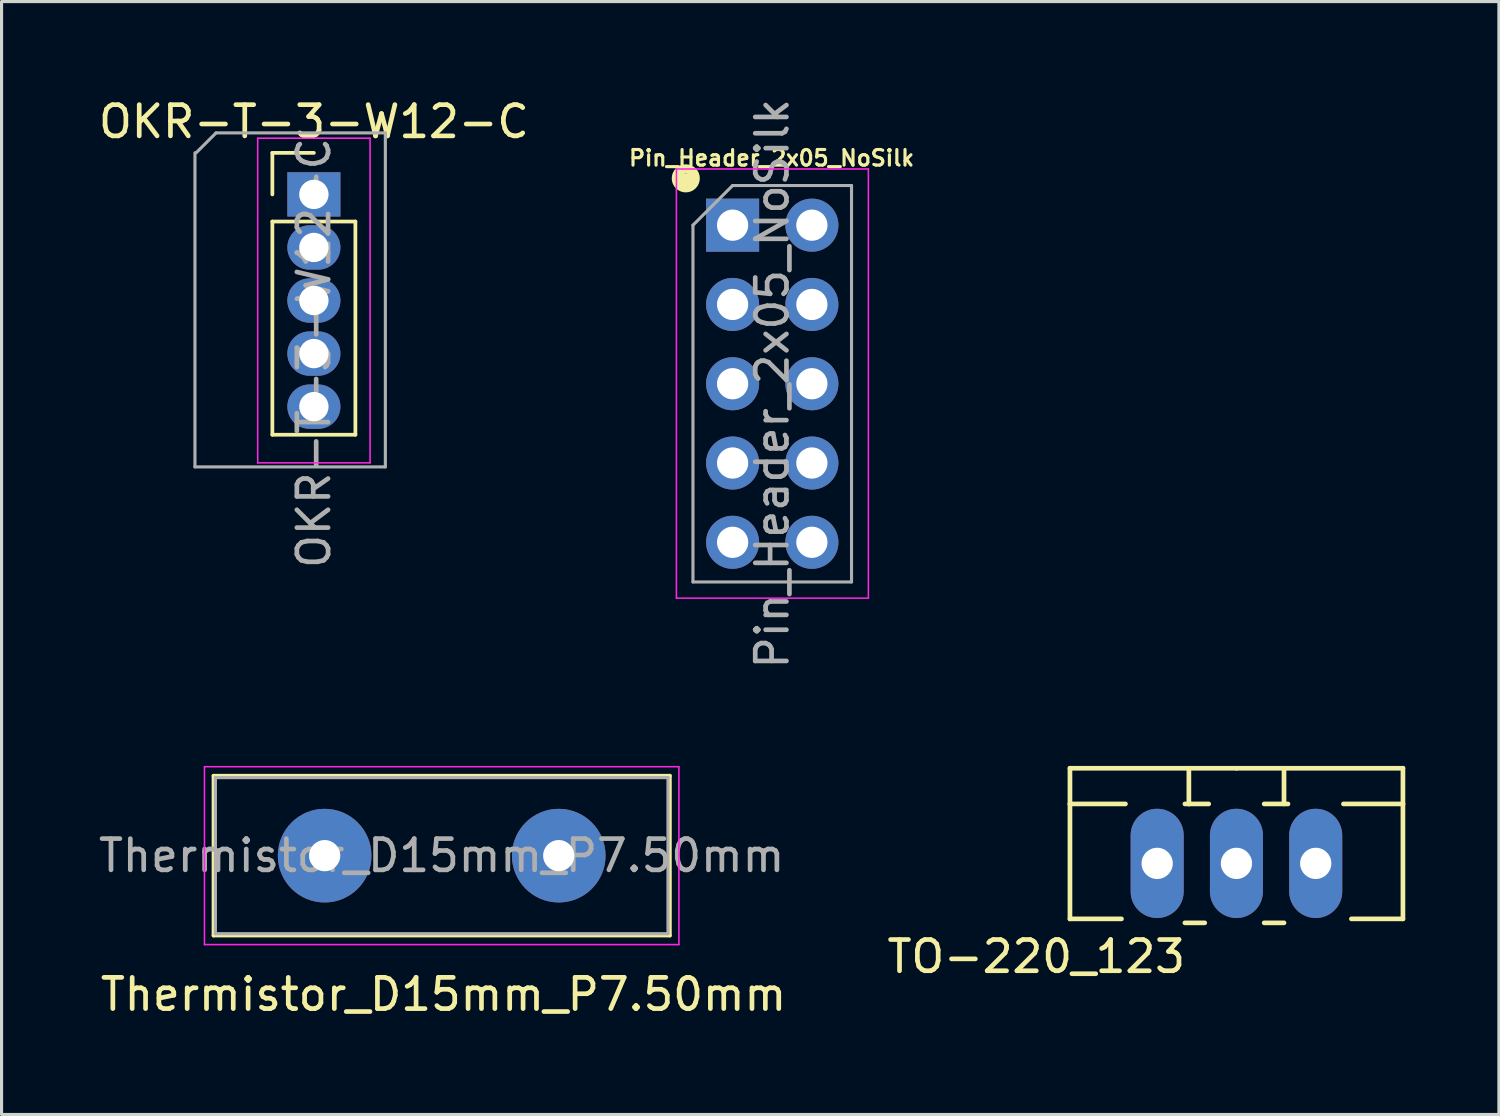
<source format=kicad_pcb>
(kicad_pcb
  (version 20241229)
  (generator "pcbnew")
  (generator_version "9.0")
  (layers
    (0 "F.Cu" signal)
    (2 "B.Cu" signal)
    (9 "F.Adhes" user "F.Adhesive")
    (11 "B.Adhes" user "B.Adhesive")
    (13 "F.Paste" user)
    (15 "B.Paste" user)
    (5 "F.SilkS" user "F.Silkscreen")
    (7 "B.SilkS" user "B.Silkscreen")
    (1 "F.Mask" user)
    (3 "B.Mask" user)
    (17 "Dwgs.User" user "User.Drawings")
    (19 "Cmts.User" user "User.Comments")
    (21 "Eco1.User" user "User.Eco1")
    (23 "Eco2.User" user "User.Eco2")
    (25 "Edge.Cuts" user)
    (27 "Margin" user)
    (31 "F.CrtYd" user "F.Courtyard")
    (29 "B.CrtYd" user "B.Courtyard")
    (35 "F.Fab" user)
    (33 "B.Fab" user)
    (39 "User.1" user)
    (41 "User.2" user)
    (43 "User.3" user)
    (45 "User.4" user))
  (footprint "OKR-T-3-W12-C"
    (layer "F.Cu")
    (at 7.006 3.178)
    (property "Reference" "OKR-T-3-W12-C" (at 0 -2.33 180) (layer "F.SilkS") (effects (font (size 1 1) (thickness 0.15))))
    (attr through_hole)
    (fp_line (start -1.33 -1.33) (end 0 -1.33) (stroke (width 0.12) (type solid)) (layer "F.SilkS"))
    (fp_line (start -1.33 0) (end -1.33 -1.33) (stroke (width 0.12) (type solid)) (layer "F.SilkS"))
    (fp_line (start -1.33 0.87) (end -1.33 7.7) (stroke (width 0.12) (type solid)) (layer "F.SilkS"))
    (fp_line (start -1.33 0.87) (end 1.33 0.87) (stroke (width 0.12) (type solid)) (layer "F.SilkS"))
    (fp_line (start -1.33 7.7) (end 1.33 7.7) (stroke (width 0.12) (type solid)) (layer "F.SilkS"))
    (fp_line (start 1.33 0.87) (end 1.33 7.7) (stroke (width 0.12) (type solid)) (layer "F.SilkS"))
    (fp_line (start -1.8 -1.8) (end -1.8 8.6) (stroke (width 0.05) (type solid)) (layer "F.CrtYd"))
    (fp_line (start -1.8 8.6) (end 1.8 8.6) (stroke (width 0.05) (type solid)) (layer "F.CrtYd"))
    (fp_line (start 1.8 -1.8) (end -1.8 -1.8) (stroke (width 0.05) (type solid)) (layer "F.CrtYd"))
    (fp_line (start 1.8 8.6) (end 1.8 -1.8) (stroke (width 0.05) (type solid)) (layer "F.CrtYd"))
    (fp_line (start -3.81 8.73) (end -3.81 -1.335) (stroke (width 0.1) (type solid)) (layer "F.Fab"))
    (fp_line (start -3.77 -1.335) (end -3.135 -1.97) (stroke (width 0.1) (type solid)) (layer "F.Fab"))
    (fp_line (start -3.135 -1.97) (end 2.29 -1.97) (stroke (width 0.1) (type solid)) (layer "F.Fab"))
    (fp_line (start 2.29 -1.97) (end 2.29 8.73) (stroke (width 0.1) (type solid)) (layer "F.Fab"))
    (fp_line (start 2.29 8.73) (end -3.81 8.73) (stroke (width 0.1) (type solid)) (layer "F.Fab"))
    (fp_text user "${REFERENCE}" (at 0 5.08 90) (layer "F.Fab") (effects (font (size 1 1) (thickness 0.15))))
    (pad "1" thru_hole rect (at 0 0) (size 1.7 1.42) (drill 0.94) (layers "*.Cu" "*.Mask"))
    (pad "2" thru_hole oval (at 0 1.7) (size 1.7 1.42) (drill 0.94) (layers "*.Cu" "*.Mask"))
    (pad "3" thru_hole oval (at 0 3.4) (size 1.7 1.42) (drill 0.94) (layers "*.Cu" "*.Mask"))
    (pad "4" thru_hole oval (at 0 5.1) (size 1.7 1.42) (drill 0.94) (layers "*.Cu" "*.Mask"))
    (pad "5" thru_hole oval (at 0 6.8) (size 1.7 1.42) (drill 0.94) (layers "*.Cu" "*.Mask")))
  (footprint "TO-220_123"
    (layer "F.Cu")
    (at 36.563 24.611)
    (property "Reference" "TO-220_123" (at -6.413 2.985 0) (layer "F.SilkS") (effects (font (size 1 1) (thickness 0.15))))
    (attr through_hole)
    (fp_line (start -5.334 -1.905) (end -5.334 -3.048) (stroke (width 0.15) (type solid)) (layer "F.SilkS"))
    (fp_line (start -5.334 -1.905) (end -3.556 -1.905) (stroke (width 0.15) (type solid)) (layer "F.SilkS"))
    (fp_line (start -5.334 1.778) (end -5.334 -1.905) (stroke (width 0.15) (type solid)) (layer "F.SilkS"))
    (fp_line (start -5.334 1.778) (end -3.683 1.778) (stroke (width 0.15) (type solid)) (layer "F.SilkS"))
    (fp_line (start -1.524 -3.048) (end -1.524 -1.905) (stroke (width 0.15) (type solid)) (layer "F.SilkS"))
    (fp_line (start -1.524 -1.905) (end -1.651 -1.905) (stroke (width 0.15) (type solid)) (layer "F.SilkS"))
    (fp_line (start -1.524 -1.905) (end -0.889 -1.905) (stroke (width 0.15) (type solid)) (layer "F.SilkS"))
    (fp_line (start -1.016 1.905) (end -1.651 1.905) (stroke (width 0.15) (type solid)) (layer "F.SilkS"))
    (fp_line (start 0 -3.048) (end -5.334 -3.048) (stroke (width 0.15) (type solid)) (layer "F.SilkS"))
    (fp_line (start 0 -3.048) (end 5.334 -3.048) (stroke (width 0.15) (type solid)) (layer "F.SilkS"))
    (fp_line (start 0.889 -1.905) (end 1.651 -1.905) (stroke (width 0.15) (type solid)) (layer "F.SilkS"))
    (fp_line (start 1.524 -3.048) (end 1.524 -1.905) (stroke (width 0.15) (type solid)) (layer "F.SilkS"))
    (fp_line (start 1.524 1.905) (end 0.889 1.905) (stroke (width 0.15) (type solid)) (layer "F.SilkS"))
    (fp_line (start 5.334 -3.048) (end 5.334 -1.905) (stroke (width 0.15) (type solid)) (layer "F.SilkS"))
    (fp_line (start 5.334 -1.905) (end 3.429 -1.905) (stroke (width 0.15) (type solid)) (layer "F.SilkS"))
    (fp_line (start 5.334 -1.905) (end 5.334 1.778) (stroke (width 0.15) (type solid)) (layer "F.SilkS"))
    (fp_line (start 5.334 1.778) (end 3.683 1.778) (stroke (width 0.15) (type solid)) (layer "F.SilkS"))
    (pad "1" thru_hole oval (at -2.54 0 90) (size 3.5 1.699) (drill 1.001) (layers "*.Cu" "*.Mask"))
    (pad "2" thru_hole oval (at 0 0 90) (size 3.5 1.699) (drill 1.001) (layers "*.Cu" "*.Mask"))
    (pad "3" thru_hole oval (at 2.54 0 90) (size 3.5 1.699) (drill 1.001) (layers "*.Cu" "*.Mask")))
  (footprint "Pin_Header_2x05_NoSilk"
    (layer "F.Cu")
    (at 20.421 4.164)
    (property "Reference" "Pin_Header_2x05_NoSilk" (at 1.25 -2.15 0) (layer "F.SilkS") (effects (font (size 0.5 0.5) (thickness 0.1))))
    (attr through_hole)
    (fp_line (start -1.7 -1.5) (end -1.3 -1.5) (stroke (width 0.3) (type solid)) (layer "F.SilkS"))
    (fp_circle (center -1.5 -1.5) (end -1.2 -1.5) (stroke (width 0.3) (type solid)) (fill no) (layer "F.SilkS"))
    (fp_line (start -1.8 -1.8) (end -1.8 11.95) (stroke (width 0.05) (type solid)) (layer "F.CrtYd"))
    (fp_line (start -1.8 11.95) (end 4.35 11.95) (stroke (width 0.05) (type solid)) (layer "F.CrtYd"))
    (fp_line (start 4.35 -1.8) (end -1.8 -1.8) (stroke (width 0.05) (type solid)) (layer "F.CrtYd"))
    (fp_line (start 4.35 11.95) (end 4.35 -1.8) (stroke (width 0.05) (type solid)) (layer "F.CrtYd"))
    (fp_line (start -1.27 0) (end 0 -1.27) (stroke (width 0.1) (type solid)) (layer "F.Fab"))
    (fp_line (start -1.27 11.43) (end -1.27 0) (stroke (width 0.1) (type solid)) (layer "F.Fab"))
    (fp_line (start 0 -1.27) (end 3.81 -1.27) (stroke (width 0.1) (type solid)) (layer "F.Fab"))
    (fp_line (start 3.81 -1.27) (end 3.81 11.43) (stroke (width 0.1) (type solid)) (layer "F.Fab"))
    (fp_line (start 3.81 11.43) (end -1.27 11.43) (stroke (width 0.1) (type solid)) (layer "F.Fab"))
    (fp_text user "${REFERENCE}" (at 1.27 5.08 90) (layer "F.Fab") (effects (font (size 1 1) (thickness 0.15))))
    (pad "1" thru_hole rect (at 0 0) (size 1.7 1.7) (drill 1) (layers "*.Cu" "*.Mask"))
    (pad "2" thru_hole oval (at 2.54 0) (size 1.7 1.7) (drill 1) (layers "*.Cu" "*.Mask"))
    (pad "3" thru_hole oval (at 0 2.54) (size 1.7 1.7) (drill 1) (layers "*.Cu" "*.Mask"))
    (pad "4" thru_hole oval (at 2.54 2.54) (size 1.7 1.7) (drill 1) (layers "*.Cu" "*.Mask"))
    (pad "5" thru_hole oval (at 0 5.08) (size 1.7 1.7) (drill 1) (layers "*.Cu" "*.Mask"))
    (pad "6" thru_hole oval (at 2.54 5.08) (size 1.7 1.7) (drill 1) (layers "*.Cu" "*.Mask"))
    (pad "7" thru_hole oval (at 0 7.62) (size 1.7 1.7) (drill 1) (layers "*.Cu" "*.Mask"))
    (pad "8" thru_hole oval (at 2.54 7.62) (size 1.7 1.7) (drill 1) (layers "*.Cu" "*.Mask"))
    (pad "9" thru_hole oval (at 0 10.16) (size 1.7 1.7) (drill 1) (layers "*.Cu" "*.Mask"))
    (pad "10" thru_hole oval (at 2.54 10.16) (size 1.7 1.7) (drill 1) (layers "*.Cu" "*.Mask")))
  (footprint "Thermistor_D15mm_P7.50mm"
    (layer "F.Cu")
    (at 7.351 24.363)
    (property "Reference" "Thermistor_D15mm_P7.50mm" (at 3.81 4.445 0) (layer "F.SilkS") (effects (font (size 1 1) (thickness 0.15))))
    (attr through_hole)
    (fp_line (start -3.56 -2.56) (end -3.56 2.56) (stroke (width 0.12) (type solid)) (layer "F.SilkS"))
    (fp_line (start -3.56 -2.56) (end 11.06 -2.56) (stroke (width 0.12) (type solid)) (layer "F.SilkS"))
    (fp_line (start -3.56 2.56) (end 11.06 2.56) (stroke (width 0.12) (type solid)) (layer "F.SilkS"))
    (fp_line (start 11.06 -2.56) (end 11.06 2.56) (stroke (width 0.12) (type solid)) (layer "F.SilkS"))
    (fp_line (start -3.85 -2.85) (end -3.85 2.85) (stroke (width 0.05) (type solid)) (layer "F.CrtYd"))
    (fp_line (start -3.85 2.85) (end 11.35 2.85) (stroke (width 0.05) (type solid)) (layer "F.CrtYd"))
    (fp_line (start 11.35 -2.85) (end -3.85 -2.85) (stroke (width 0.05) (type solid)) (layer "F.CrtYd"))
    (fp_line (start 11.35 2.85) (end 11.35 -2.85) (stroke (width 0.05) (type solid)) (layer "F.CrtYd"))
    (fp_line (start -3.5 -2.5) (end -3.5 2.5) (stroke (width 0.1) (type solid)) (layer "F.Fab"))
    (fp_line (start -3.5 2.5) (end 11 2.5) (stroke (width 0.1) (type solid)) (layer "F.Fab"))
    (fp_line (start 11 -2.5) (end -3.5 -2.5) (stroke (width 0.1) (type solid)) (layer "F.Fab"))
    (fp_line (start 11 2.5) (end 11 -2.5) (stroke (width 0.1) (type solid)) (layer "F.Fab"))
    (fp_text user "${REFERENCE}" (at 3.75 0 0) (layer "F.Fab") (effects (font (size 1 1) (thickness 0.15))))
    (pad "1" thru_hole circle (at 0 0) (size 3 3) (drill 1) (layers "*.Cu" "*.Mask"))
    (pad "2" thru_hole circle (at 7.5 0) (size 3 3) (drill 1) (layers "*.Cu" "*.Mask")))
  (gr_rect
    (start -3 -3)
    (end 44.972 32.656)
    (stroke (width 0.1) (type default))
    (fill no)
    (layer "Edge.Cuts")))
</source>
